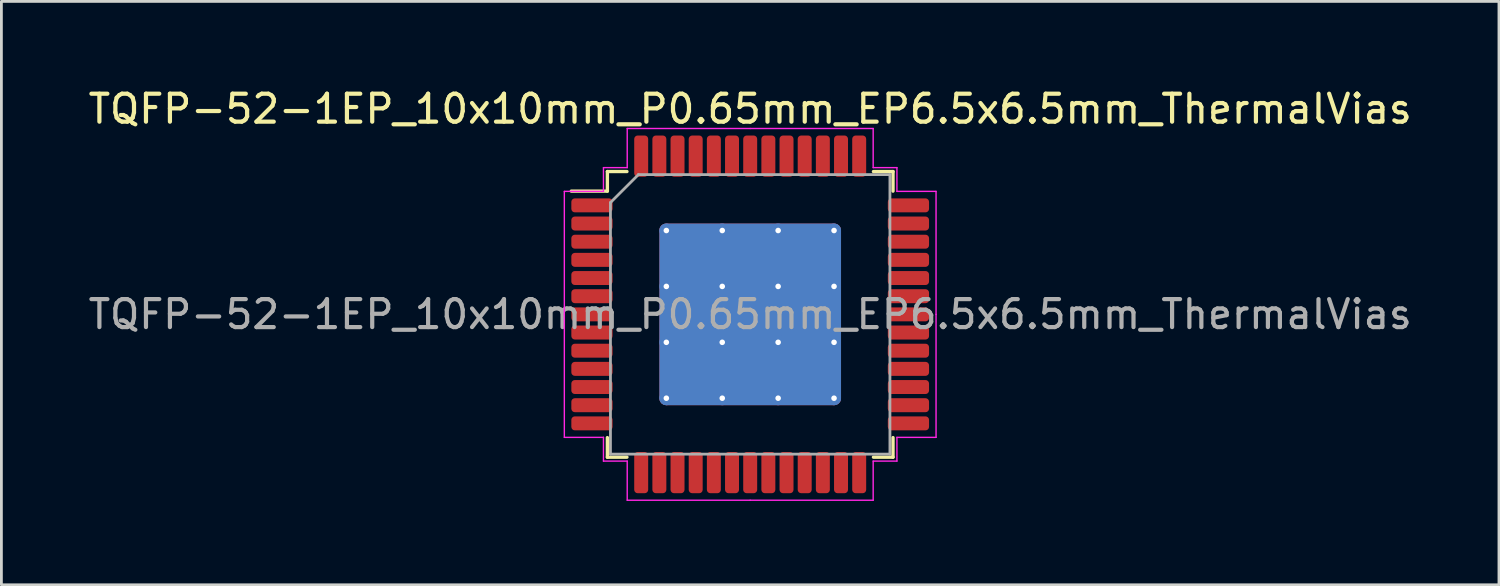
<source format=kicad_pcb>
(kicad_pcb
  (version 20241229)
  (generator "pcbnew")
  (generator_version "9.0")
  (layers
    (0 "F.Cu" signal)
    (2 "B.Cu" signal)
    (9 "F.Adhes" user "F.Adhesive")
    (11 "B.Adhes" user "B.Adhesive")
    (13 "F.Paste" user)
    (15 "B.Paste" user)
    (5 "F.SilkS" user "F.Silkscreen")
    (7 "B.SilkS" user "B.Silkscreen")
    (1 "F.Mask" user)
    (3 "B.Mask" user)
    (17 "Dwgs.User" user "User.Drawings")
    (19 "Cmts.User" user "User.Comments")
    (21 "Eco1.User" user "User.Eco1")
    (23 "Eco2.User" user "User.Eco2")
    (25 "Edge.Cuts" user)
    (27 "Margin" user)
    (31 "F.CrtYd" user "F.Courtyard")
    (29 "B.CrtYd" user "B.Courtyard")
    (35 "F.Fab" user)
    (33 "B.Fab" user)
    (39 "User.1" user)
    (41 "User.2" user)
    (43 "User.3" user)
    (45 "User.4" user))
  (footprint "TQFP-52-1EP_10x10mm_P0.65mm_EP6.5x6.5mm_ThermalVias"
    (layer "F.Cu")
    (at 23.792 8.198)
    (property "Reference" "TQFP-52-1EP_10x10mm_P0.65mm_EP6.5x6.5mm_ThermalVias" (at 0 -7.35 0) (layer "F.SilkS") (effects (font (size 1 1) (thickness 0.15))))
    (attr smd)
    (fp_line (start -5.11 -5.11) (end -5.11 -4.41) (stroke (width 0.12) (type solid)) (layer "F.SilkS"))
    (fp_line (start -5.11 -4.41) (end -6.4 -4.41) (stroke (width 0.12) (type solid)) (layer "F.SilkS"))
    (fp_line (start -5.11 5.11) (end -5.11 4.41) (stroke (width 0.12) (type solid)) (layer "F.SilkS"))
    (fp_line (start -4.41 -5.11) (end -5.11 -5.11) (stroke (width 0.12) (type solid)) (layer "F.SilkS"))
    (fp_line (start -4.41 5.11) (end -5.11 5.11) (stroke (width 0.12) (type solid)) (layer "F.SilkS"))
    (fp_line (start 4.41 -5.11) (end 5.11 -5.11) (stroke (width 0.12) (type solid)) (layer "F.SilkS"))
    (fp_line (start 4.41 5.11) (end 5.11 5.11) (stroke (width 0.12) (type solid)) (layer "F.SilkS"))
    (fp_line (start 5.11 -5.11) (end 5.11 -4.41) (stroke (width 0.12) (type solid)) (layer "F.SilkS"))
    (fp_line (start 5.11 5.11) (end 5.11 4.41) (stroke (width 0.12) (type solid)) (layer "F.SilkS"))
    (fp_line (start -6.65 -4.4) (end -6.65 0) (stroke (width 0.05) (type solid)) (layer "F.CrtYd"))
    (fp_line (start -6.65 4.4) (end -6.65 0) (stroke (width 0.05) (type solid)) (layer "F.CrtYd"))
    (fp_line (start -5.25 -5.25) (end -5.25 -4.4) (stroke (width 0.05) (type solid)) (layer "F.CrtYd"))
    (fp_line (start -5.25 -4.4) (end -6.65 -4.4) (stroke (width 0.05) (type solid)) (layer "F.CrtYd"))
    (fp_line (start -5.25 4.4) (end -6.65 4.4) (stroke (width 0.05) (type solid)) (layer "F.CrtYd"))
    (fp_line (start -5.25 5.25) (end -5.25 4.4) (stroke (width 0.05) (type solid)) (layer "F.CrtYd"))
    (fp_line (start -4.4 -6.65) (end -4.4 -5.25) (stroke (width 0.05) (type solid)) (layer "F.CrtYd"))
    (fp_line (start -4.4 -5.25) (end -5.25 -5.25) (stroke (width 0.05) (type solid)) (layer "F.CrtYd"))
    (fp_line (start -4.4 5.25) (end -5.25 5.25) (stroke (width 0.05) (type solid)) (layer "F.CrtYd"))
    (fp_line (start -4.4 6.65) (end -4.4 5.25) (stroke (width 0.05) (type solid)) (layer "F.CrtYd"))
    (fp_line (start 0 -6.65) (end -4.4 -6.65) (stroke (width 0.05) (type solid)) (layer "F.CrtYd"))
    (fp_line (start 0 -6.65) (end 4.4 -6.65) (stroke (width 0.05) (type solid)) (layer "F.CrtYd"))
    (fp_line (start 0 6.65) (end -4.4 6.65) (stroke (width 0.05) (type solid)) (layer "F.CrtYd"))
    (fp_line (start 0 6.65) (end 4.4 6.65) (stroke (width 0.05) (type solid)) (layer "F.CrtYd"))
    (fp_line (start 4.4 -6.65) (end 4.4 -5.25) (stroke (width 0.05) (type solid)) (layer "F.CrtYd"))
    (fp_line (start 4.4 -5.25) (end 5.25 -5.25) (stroke (width 0.05) (type solid)) (layer "F.CrtYd"))
    (fp_line (start 4.4 5.25) (end 5.25 5.25) (stroke (width 0.05) (type solid)) (layer "F.CrtYd"))
    (fp_line (start 4.4 6.65) (end 4.4 5.25) (stroke (width 0.05) (type solid)) (layer "F.CrtYd"))
    (fp_line (start 5.25 -5.25) (end 5.25 -4.4) (stroke (width 0.05) (type solid)) (layer "F.CrtYd"))
    (fp_line (start 5.25 -4.4) (end 6.65 -4.4) (stroke (width 0.05) (type solid)) (layer "F.CrtYd"))
    (fp_line (start 5.25 4.4) (end 6.65 4.4) (stroke (width 0.05) (type solid)) (layer "F.CrtYd"))
    (fp_line (start 5.25 5.25) (end 5.25 4.4) (stroke (width 0.05) (type solid)) (layer "F.CrtYd"))
    (fp_line (start 6.65 -4.4) (end 6.65 0) (stroke (width 0.05) (type solid)) (layer "F.CrtYd"))
    (fp_line (start 6.65 4.4) (end 6.65 0) (stroke (width 0.05) (type solid)) (layer "F.CrtYd"))
    (fp_line (start -5 -4) (end -4 -5) (stroke (width 0.1) (type solid)) (layer "F.Fab"))
    (fp_line (start -5 5) (end -5 -4) (stroke (width 0.1) (type solid)) (layer "F.Fab"))
    (fp_line (start -4 -5) (end 5 -5) (stroke (width 0.1) (type solid)) (layer "F.Fab"))
    (fp_line (start 5 -5) (end 5 5) (stroke (width 0.1) (type solid)) (layer "F.Fab"))
    (fp_line (start 5 5) (end -5 5) (stroke (width 0.1) (type solid)) (layer "F.Fab"))
    (fp_text user "${REFERENCE}" (at 0 0 0) (layer "F.Fab") (effects (font (size 1 1) (thickness 0.15))))
    (pad "" smd roundrect (at -2 -2) (size 1.747 1.747) (layers "F.Paste") (roundrect_rratio 0.143))
    (pad "" smd roundrect (at -2 0) (size 1.747 1.747) (layers "F.Paste") (roundrect_rratio 0.143))
    (pad "" smd roundrect (at -2 2) (size 1.747 1.747) (layers "F.Paste") (roundrect_rratio 0.143))
    (pad "" smd roundrect (at 0 -2) (size 1.747 1.747) (layers "F.Paste") (roundrect_rratio 0.143))
    (pad "" smd roundrect (at 0 0) (size 1.747 1.747) (layers "F.Paste") (roundrect_rratio 0.143))
    (pad "" smd roundrect (at 0 2) (size 1.747 1.747) (layers "F.Paste") (roundrect_rratio 0.143))
    (pad "" smd roundrect (at 2 -2) (size 1.747 1.747) (layers "F.Paste") (roundrect_rratio 0.143))
    (pad "" smd roundrect (at 2 0) (size 1.747 1.747) (layers "F.Paste") (roundrect_rratio 0.143))
    (pad "" smd roundrect (at 2 2) (size 1.747 1.747) (layers "F.Paste") (roundrect_rratio 0.143))
    (pad "1" smd roundrect (at -5.662 -3.9) (size 1.475 0.5) (layers "F.Cu" "F.Mask" "F.Paste") (roundrect_rratio 0.25))
    (pad "2" smd roundrect (at -5.662 -3.25) (size 1.475 0.5) (layers "F.Cu" "F.Mask" "F.Paste") (roundrect_rratio 0.25))
    (pad "3" smd roundrect (at -5.662 -2.6) (size 1.475 0.5) (layers "F.Cu" "F.Mask" "F.Paste") (roundrect_rratio 0.25))
    (pad "4" smd roundrect (at -5.662 -1.95) (size 1.475 0.5) (layers "F.Cu" "F.Mask" "F.Paste") (roundrect_rratio 0.25))
    (pad "5" smd roundrect (at -5.662 -1.3) (size 1.475 0.5) (layers "F.Cu" "F.Mask" "F.Paste") (roundrect_rratio 0.25))
    (pad "6" smd roundrect (at -5.662 -0.65) (size 1.475 0.5) (layers "F.Cu" "F.Mask" "F.Paste") (roundrect_rratio 0.25))
    (pad "7" smd roundrect (at -5.662 0) (size 1.475 0.5) (layers "F.Cu" "F.Mask" "F.Paste") (roundrect_rratio 0.25))
    (pad "8" smd roundrect (at -5.662 0.65) (size 1.475 0.5) (layers "F.Cu" "F.Mask" "F.Paste") (roundrect_rratio 0.25))
    (pad "9" smd roundrect (at -5.662 1.3) (size 1.475 0.5) (layers "F.Cu" "F.Mask" "F.Paste") (roundrect_rratio 0.25))
    (pad "10" smd roundrect (at -5.662 1.95) (size 1.475 0.5) (layers "F.Cu" "F.Mask" "F.Paste") (roundrect_rratio 0.25))
    (pad "11" smd roundrect (at -5.662 2.6) (size 1.475 0.5) (layers "F.Cu" "F.Mask" "F.Paste") (roundrect_rratio 0.25))
    (pad "12" smd roundrect (at -5.662 3.25) (size 1.475 0.5) (layers "F.Cu" "F.Mask" "F.Paste") (roundrect_rratio 0.25))
    (pad "13" smd roundrect (at -5.662 3.9) (size 1.475 0.5) (layers "F.Cu" "F.Mask" "F.Paste") (roundrect_rratio 0.25))
    (pad "14" smd roundrect (at -3.9 5.662) (size 0.5 1.475) (layers "F.Cu" "F.Mask" "F.Paste") (roundrect_rratio 0.25))
    (pad "15" smd roundrect (at -3.25 5.662) (size 0.5 1.475) (layers "F.Cu" "F.Mask" "F.Paste") (roundrect_rratio 0.25))
    (pad "16" smd roundrect (at -2.6 5.662) (size 0.5 1.475) (layers "F.Cu" "F.Mask" "F.Paste") (roundrect_rratio 0.25))
    (pad "17" smd roundrect (at -1.95 5.662) (size 0.5 1.475) (layers "F.Cu" "F.Mask" "F.Paste") (roundrect_rratio 0.25))
    (pad "18" smd roundrect (at -1.3 5.662) (size 0.5 1.475) (layers "F.Cu" "F.Mask" "F.Paste") (roundrect_rratio 0.25))
    (pad "19" smd roundrect (at -0.65 5.662) (size 0.5 1.475) (layers "F.Cu" "F.Mask" "F.Paste") (roundrect_rratio 0.25))
    (pad "20" smd roundrect (at 0 5.662) (size 0.5 1.475) (layers "F.Cu" "F.Mask" "F.Paste") (roundrect_rratio 0.25))
    (pad "21" smd roundrect (at 0.65 5.662) (size 0.5 1.475) (layers "F.Cu" "F.Mask" "F.Paste") (roundrect_rratio 0.25))
    (pad "22" smd roundrect (at 1.3 5.662) (size 0.5 1.475) (layers "F.Cu" "F.Mask" "F.Paste") (roundrect_rratio 0.25))
    (pad "23" smd roundrect (at 1.95 5.662) (size 0.5 1.475) (layers "F.Cu" "F.Mask" "F.Paste") (roundrect_rratio 0.25))
    (pad "24" smd roundrect (at 2.6 5.662) (size 0.5 1.475) (layers "F.Cu" "F.Mask" "F.Paste") (roundrect_rratio 0.25))
    (pad "25" smd roundrect (at 3.25 5.662) (size 0.5 1.475) (layers "F.Cu" "F.Mask" "F.Paste") (roundrect_rratio 0.25))
    (pad "26" smd roundrect (at 3.9 5.662) (size 0.5 1.475) (layers "F.Cu" "F.Mask" "F.Paste") (roundrect_rratio 0.25))
    (pad "27" smd roundrect (at 5.662 3.9) (size 1.475 0.5) (layers "F.Cu" "F.Mask" "F.Paste") (roundrect_rratio 0.25))
    (pad "28" smd roundrect (at 5.662 3.25) (size 1.475 0.5) (layers "F.Cu" "F.Mask" "F.Paste") (roundrect_rratio 0.25))
    (pad "29" smd roundrect (at 5.662 2.6) (size 1.475 0.5) (layers "F.Cu" "F.Mask" "F.Paste") (roundrect_rratio 0.25))
    (pad "30" smd roundrect (at 5.662 1.95) (size 1.475 0.5) (layers "F.Cu" "F.Mask" "F.Paste") (roundrect_rratio 0.25))
    (pad "31" smd roundrect (at 5.662 1.3) (size 1.475 0.5) (layers "F.Cu" "F.Mask" "F.Paste") (roundrect_rratio 0.25))
    (pad "32" smd roundrect (at 5.662 0.65) (size 1.475 0.5) (layers "F.Cu" "F.Mask" "F.Paste") (roundrect_rratio 0.25))
    (pad "33" smd roundrect (at 5.662 0) (size 1.475 0.5) (layers "F.Cu" "F.Mask" "F.Paste") (roundrect_rratio 0.25))
    (pad "34" smd roundrect (at 5.662 -0.65) (size 1.475 0.5) (layers "F.Cu" "F.Mask" "F.Paste") (roundrect_rratio 0.25))
    (pad "35" smd roundrect (at 5.662 -1.3) (size 1.475 0.5) (layers "F.Cu" "F.Mask" "F.Paste") (roundrect_rratio 0.25))
    (pad "36" smd roundrect (at 5.662 -1.95) (size 1.475 0.5) (layers "F.Cu" "F.Mask" "F.Paste") (roundrect_rratio 0.25))
    (pad "37" smd roundrect (at 5.662 -2.6) (size 1.475 0.5) (layers "F.Cu" "F.Mask" "F.Paste") (roundrect_rratio 0.25))
    (pad "38" smd roundrect (at 5.662 -3.25) (size 1.475 0.5) (layers "F.Cu" "F.Mask" "F.Paste") (roundrect_rratio 0.25))
    (pad "39" smd roundrect (at 5.662 -3.9) (size 1.475 0.5) (layers "F.Cu" "F.Mask" "F.Paste") (roundrect_rratio 0.25))
    (pad "40" smd roundrect (at 3.9 -5.662) (size 0.5 1.475) (layers "F.Cu" "F.Mask" "F.Paste") (roundrect_rratio 0.25))
    (pad "41" smd roundrect (at 3.25 -5.662) (size 0.5 1.475) (layers "F.Cu" "F.Mask" "F.Paste") (roundrect_rratio 0.25))
    (pad "42" smd roundrect (at 2.6 -5.662) (size 0.5 1.475) (layers "F.Cu" "F.Mask" "F.Paste") (roundrect_rratio 0.25))
    (pad "43" smd roundrect (at 1.95 -5.662) (size 0.5 1.475) (layers "F.Cu" "F.Mask" "F.Paste") (roundrect_rratio 0.25))
    (pad "44" smd roundrect (at 1.3 -5.662) (size 0.5 1.475) (layers "F.Cu" "F.Mask" "F.Paste") (roundrect_rratio 0.25))
    (pad "45" smd roundrect (at 0.65 -5.662) (size 0.5 1.475) (layers "F.Cu" "F.Mask" "F.Paste") (roundrect_rratio 0.25))
    (pad "46" smd roundrect (at 0 -5.662) (size 0.5 1.475) (layers "F.Cu" "F.Mask" "F.Paste") (roundrect_rratio 0.25))
    (pad "47" smd roundrect (at -0.65 -5.662) (size 0.5 1.475) (layers "F.Cu" "F.Mask" "F.Paste") (roundrect_rratio 0.25))
    (pad "48" smd roundrect (at -1.3 -5.662) (size 0.5 1.475) (layers "F.Cu" "F.Mask" "F.Paste") (roundrect_rratio 0.25))
    (pad "49" smd roundrect (at -1.95 -5.662) (size 0.5 1.475) (layers "F.Cu" "F.Mask" "F.Paste") (roundrect_rratio 0.25))
    (pad "50" smd roundrect (at -2.6 -5.662) (size 0.5 1.475) (layers "F.Cu" "F.Mask" "F.Paste") (roundrect_rratio 0.25))
    (pad "51" smd roundrect (at -3.25 -5.662) (size 0.5 1.475) (layers "F.Cu" "F.Mask" "F.Paste") (roundrect_rratio 0.25))
    (pad "52" smd roundrect (at -3.9 -5.662) (size 0.5 1.475) (layers "F.Cu" "F.Mask" "F.Paste") (roundrect_rratio 0.25))
    (pad "53" thru_hole circle (at -3 -3) (size 0.5 0.5) (drill 0.2) (layers "*.Cu"))
    (pad "53" thru_hole circle (at -3 -1) (size 0.5 0.5) (drill 0.2) (layers "*.Cu"))
    (pad "53" thru_hole circle (at -3 1) (size 0.5 0.5) (drill 0.2) (layers "*.Cu"))
    (pad "53" thru_hole circle (at -3 3) (size 0.5 0.5) (drill 0.2) (layers "*.Cu"))
    (pad "53" thru_hole circle (at -1 -3) (size 0.5 0.5) (drill 0.2) (layers "*.Cu"))
    (pad "53" thru_hole circle (at -1 -1) (size 0.5 0.5) (drill 0.2) (layers "*.Cu"))
    (pad "53" thru_hole circle (at -1 1) (size 0.5 0.5) (drill 0.2) (layers "*.Cu"))
    (pad "53" thru_hole circle (at -1 3) (size 0.5 0.5) (drill 0.2) (layers "*.Cu"))
    (pad "53" smd roundrect (at 0 0) (size 6.5 6.5) (layers "F.Cu" "F.Mask") (roundrect_rratio 0.038))
    (pad "53" smd roundrect (at 0 0) (size 6.5 6.5) (layers "B.Cu") (roundrect_rratio 0.038))
    (pad "53" thru_hole circle (at 1 -3) (size 0.5 0.5) (drill 0.2) (layers "*.Cu"))
    (pad "53" thru_hole circle (at 1 -1) (size 0.5 0.5) (drill 0.2) (layers "*.Cu"))
    (pad "53" thru_hole circle (at 1 1) (size 0.5 0.5) (drill 0.2) (layers "*.Cu"))
    (pad "53" thru_hole circle (at 1 3) (size 0.5 0.5) (drill 0.2) (layers "*.Cu"))
    (pad "53" thru_hole circle (at 3 -3) (size 0.5 0.5) (drill 0.2) (layers "*.Cu"))
    (pad "53" thru_hole circle (at 3 -1) (size 0.5 0.5) (drill 0.2) (layers "*.Cu"))
    (pad "53" thru_hole circle (at 3 1) (size 0.5 0.5) (drill 0.2) (layers "*.Cu"))
    (pad "53" thru_hole circle (at 3 3) (size 0.5 0.5) (drill 0.2) (layers "*.Cu")))
  (gr_rect
    (start -3 -3)
    (end 50.583 17.873)
    (stroke (width 0.1) (type default))
    (fill no)
    (layer "Edge.Cuts")))
</source>
